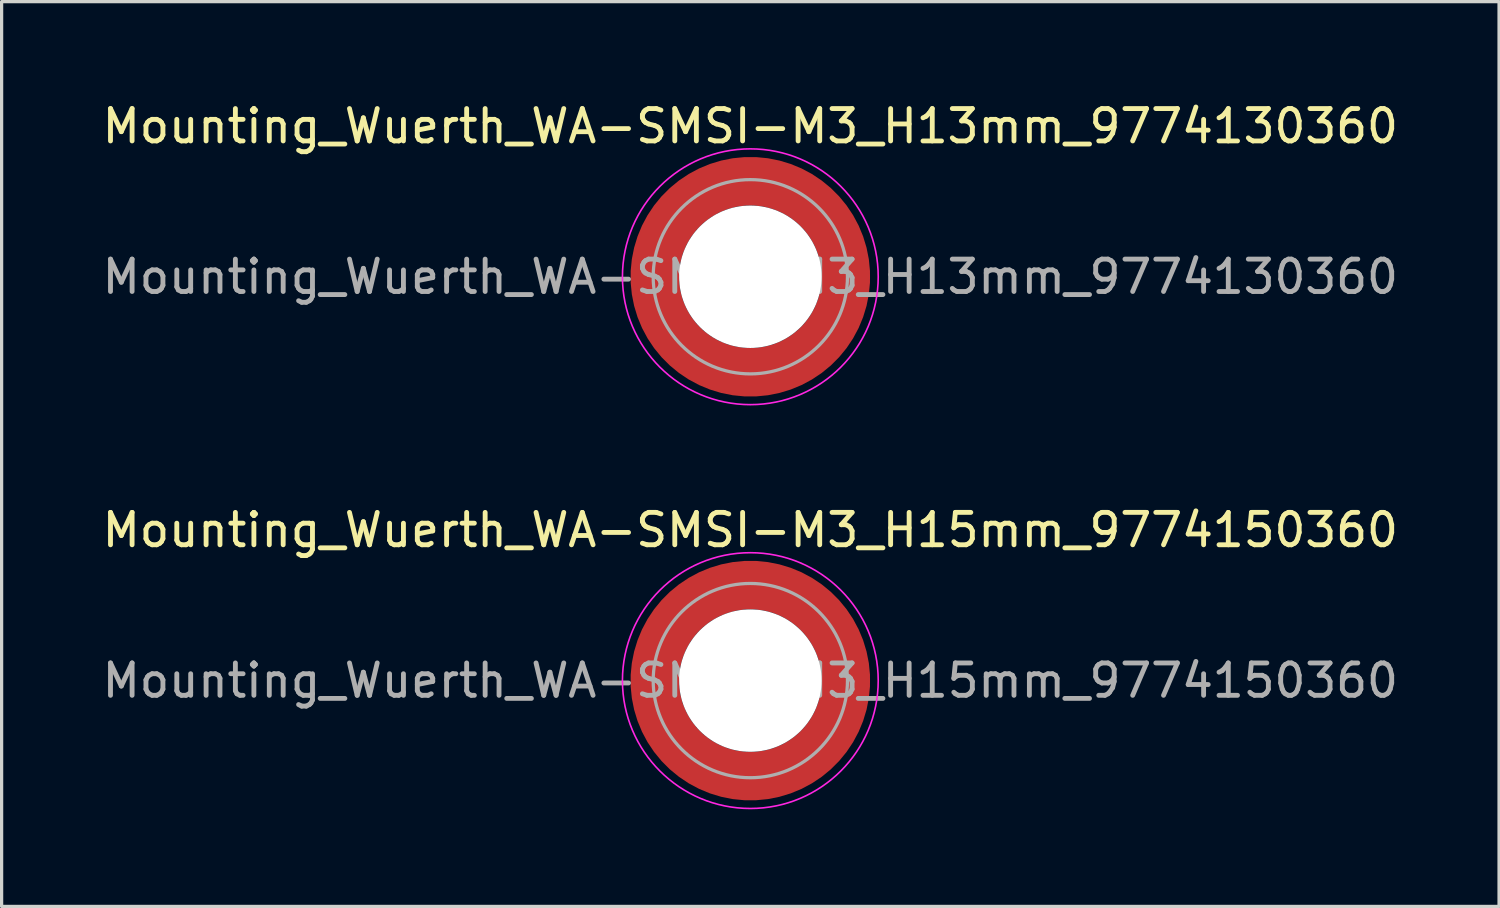
<source format=kicad_pcb>
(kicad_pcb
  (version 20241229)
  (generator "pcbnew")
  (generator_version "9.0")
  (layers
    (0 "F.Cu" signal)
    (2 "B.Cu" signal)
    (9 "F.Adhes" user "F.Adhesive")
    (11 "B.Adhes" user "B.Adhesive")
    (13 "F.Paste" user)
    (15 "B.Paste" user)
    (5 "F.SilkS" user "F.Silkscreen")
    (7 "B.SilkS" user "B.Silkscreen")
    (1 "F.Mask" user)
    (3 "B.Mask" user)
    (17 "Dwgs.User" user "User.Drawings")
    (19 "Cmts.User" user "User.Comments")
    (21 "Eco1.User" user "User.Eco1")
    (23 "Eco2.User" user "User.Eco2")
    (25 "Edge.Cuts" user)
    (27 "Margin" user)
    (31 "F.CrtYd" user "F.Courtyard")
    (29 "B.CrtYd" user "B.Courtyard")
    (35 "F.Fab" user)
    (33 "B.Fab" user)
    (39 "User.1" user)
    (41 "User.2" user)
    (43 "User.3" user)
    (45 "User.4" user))
  (footprint "Mounting_Wuerth_WA-SMSI-M3_H13mm_9774130360"
    (layer "F.Cu")
    (at 20.125 5.498)
    (property "Reference" "Mounting_Wuerth_WA-SMSI-M3_H13mm_9774130360" (at 0 -4.65 0) (layer "F.SilkS") (effects (font (size 1 1) (thickness 0.15))))
    (attr smd allow_soldermask_bridges)
    (fp_circle (center 0 0) (end 3.95 0) (stroke (width 0.05) (type solid)) (fill no) (layer "F.CrtYd"))
    (fp_circle (center 0 0) (end 3 0) (stroke (width 0.1) (type solid)) (fill no) (layer "F.Fab"))
    (fp_text user "${REFERENCE}" (at 0 0 0) (layer "F.Fab") (effects (font (size 1 1) (thickness 0.15))))
    (pad "" smd custom (at -2.058 -2.058) (size 0.55 0.55) (layers "F.Paste") (options (anchor circle)) (primitives (gr_arc (start -0.377294 1.707681) (mid 0.318198 0.318198) (end 1.707681 -0.377294) (width 0.2)) (gr_arc (start -0.478281 1.707681) (mid 0.247487 0.247487) (end 1.707681 -0.478281) (width 0.2)) (gr_arc (start -0.579192 1.707681) (mid 0.176777 0.176777) (end 1.707681 -0.579192) (width 0.2)) (gr_arc (start -0.680037 1.707681) (mid 0.106066 0.106066) (end 1.707681 -0.680037) (width 0.2)) (gr_arc (start -0.780822 1.707681) (mid 0.035355 0.035355) (end 1.707681 -0.780822) (width 0.2)) (gr_arc (start -0.881554 1.707681) (mid -0.035355 -0.035355) (end 1.707681 -0.881554) (width 0.2)) (gr_arc (start -0.982237 1.707681) (mid -0.106066 -0.106066) (end 1.707681 -0.982237) (width 0.2)) (gr_arc (start -1.082877 1.707681) (mid -0.176777 -0.176777) (end 1.707681 -1.082877) (width 0.2)) (gr_arc (start -1.183476 1.707681) (mid -0.247487 -0.247487) (end 1.707681 -1.183476) (width 0.2)) (gr_arc (start -1.28404 1.707681) (mid -0.318198 -0.318198) (end 1.707681 -1.28404) (width 0.2)) (gr_line (start 1.708 -0.377) (end 1.708 -1.284) (width 0.2)) (gr_line (start -0.377 1.708) (end -1.284 1.708) (width 0.2))))
    (pad "" smd custom (at -2.058 2.058) (size 0.55 0.55) (layers "F.Paste") (options (anchor circle)) (primitives (gr_arc (start 1.707681 0.377294) (mid 0.318198 -0.318198) (end -0.377294 -1.707681) (width 0.2)) (gr_arc (start 1.707681 0.478281) (mid 0.247487 -0.247487) (end -0.478281 -1.707681) (width 0.2)) (gr_arc (start 1.707681 0.579192) (mid 0.176777 -0.176777) (end -0.579192 -1.707681) (width 0.2)) (gr_arc (start 1.707681 0.680037) (mid 0.106066 -0.106066) (end -0.680037 -1.707681) (width 0.2)) (gr_arc (start 1.707681 0.780822) (mid 0.035355 -0.035355) (end -0.780822 -1.707681) (width 0.2)) (gr_arc (start 1.707681 0.881554) (mid -0.035355 0.035355) (end -0.881554 -1.707681) (width 0.2)) (gr_arc (start 1.707681 0.982237) (mid -0.106066 0.106066) (end -0.982237 -1.707681) (width 0.2)) (gr_arc (start 1.707681 1.082877) (mid -0.176777 0.176777) (end -1.082877 -1.707681) (width 0.2)) (gr_arc (start 1.707681 1.183476) (mid -0.247487 0.247487) (end -1.183476 -1.707681) (width 0.2)) (gr_arc (start 1.707681 1.28404) (mid -0.318198 0.318198) (end -1.28404 -1.707681) (width 0.2)) (gr_line (start -0.377 -1.708) (end -1.284 -1.708) (width 0.2)) (gr_line (start 1.708 0.377) (end 1.708 1.284) (width 0.2))))
    (pad "" np_thru_hole circle (at 0 0) (size 4.4 4.4) (drill 4.4) (layers "*.Cu" "*.Mask"))
    (pad "" smd custom (at 2.058 -2.058) (size 0.55 0.55) (layers "F.Paste") (options (anchor circle)) (primitives (gr_arc (start -1.707681 -0.377294) (mid -0.318198 0.318198) (end 0.377294 1.707681) (width 0.2)) (gr_arc (start -1.707681 -0.478281) (mid -0.247487 0.247487) (end 0.478281 1.707681) (width 0.2)) (gr_arc (start -1.707681 -0.579192) (mid -0.176777 0.176777) (end 0.579192 1.707681) (width 0.2)) (gr_arc (start -1.707681 -0.680037) (mid -0.106066 0.106066) (end 0.680037 1.707681) (width 0.2)) (gr_arc (start -1.707681 -0.780822) (mid -0.035355 0.035355) (end 0.780822 1.707681) (width 0.2)) (gr_arc (start -1.707681 -0.881554) (mid 0.035355 -0.035355) (end 0.881554 1.707681) (width 0.2)) (gr_arc (start -1.707681 -0.982237) (mid 0.106066 -0.106066) (end 0.982237 1.707681) (width 0.2)) (gr_arc (start -1.707681 -1.082877) (mid 0.176777 -0.176777) (end 1.082877 1.707681) (width 0.2)) (gr_arc (start -1.707681 -1.183476) (mid 0.247487 -0.247487) (end 1.183476 1.707681) (width 0.2)) (gr_arc (start -1.707681 -1.28404) (mid 0.318198 -0.318198) (end 1.28404 1.707681) (width 0.2)) (gr_line (start 0.377 1.708) (end 1.284 1.708) (width 0.2)) (gr_line (start -1.708 -0.377) (end -1.708 -1.284) (width 0.2))))
    (pad "" smd custom (at 2.058 2.058) (size 0.55 0.55) (layers "F.Paste") (options (anchor circle)) (primitives (gr_arc (start 0.377294 -1.707681) (mid -0.318198 -0.318198) (end -1.707681 0.377294) (width 0.2)) (gr_arc (start 0.478281 -1.707681) (mid -0.247487 -0.247487) (end -1.707681 0.478281) (width 0.2)) (gr_arc (start 0.579192 -1.707681) (mid -0.176777 -0.176777) (end -1.707681 0.579192) (width 0.2)) (gr_arc (start 0.680037 -1.707681) (mid -0.106066 -0.106066) (end -1.707681 0.680037) (width 0.2)) (gr_arc (start 0.780822 -1.707681) (mid -0.035355 -0.035355) (end -1.707681 0.780822) (width 0.2)) (gr_arc (start 0.881554 -1.707681) (mid 0.035355 0.035355) (end -1.707681 0.881554) (width 0.2)) (gr_arc (start 0.982237 -1.707681) (mid 0.106066 0.106066) (end -1.707681 0.982237) (width 0.2)) (gr_arc (start 1.082877 -1.707681) (mid 0.176777 0.176777) (end -1.707681 1.082877) (width 0.2)) (gr_arc (start 1.183476 -1.707681) (mid 0.247487 0.247487) (end -1.707681 1.183476) (width 0.2)) (gr_arc (start 1.28404 -1.707681) (mid 0.318198 0.318198) (end -1.707681 1.28404) (width 0.2)) (gr_line (start -1.708 0.377) (end -1.708 1.284) (width 0.2)) (gr_line (start 0.377 -1.708) (end 1.284 -1.708) (width 0.2))))
    (pad "1" smd circle (at -2.95 0) (size 0.992 0.992) (layers "F.Cu"))
    (pad "1" smd circle (at 0 -2.95) (size 0.992 0.992) (layers "F.Cu"))
    (pad "1" smd circle (at 0 2.95) (size 0.992 0.992) (layers "F.Cu"))
    (pad "1" smd custom (at 2.95 0) (size 1.5 1.5) (layers "F.Cu" "F.Mask") (options (anchor circle)) (primitives (gr_circle (center -2.95 0) (end 0 0) (width 1.5) (fill no)))))
  (footprint "Mounting_Wuerth_WA-SMSI-M3_H15mm_9774150360"
    (layer "F.Cu")
    (at 20.125 17.971)
    (property "Reference" "Mounting_Wuerth_WA-SMSI-M3_H15mm_9774150360" (at 0 -4.65 0) (layer "F.SilkS") (effects (font (size 1 1) (thickness 0.15))))
    (attr smd allow_soldermask_bridges)
    (fp_circle (center 0 0) (end 3.95 0) (stroke (width 0.05) (type solid)) (fill no) (layer "F.CrtYd"))
    (fp_circle (center 0 0) (end 3 0) (stroke (width 0.1) (type solid)) (fill no) (layer "F.Fab"))
    (fp_text user "${REFERENCE}" (at 0 0 0) (layer "F.Fab") (effects (font (size 1 1) (thickness 0.15))))
    (pad "" smd custom (at -2.058 -2.058) (size 0.55 0.55) (layers "F.Paste") (options (anchor circle)) (primitives (gr_arc (start -0.377294 1.707681) (mid 0.318198 0.318198) (end 1.707681 -0.377294) (width 0.2)) (gr_arc (start -0.478281 1.707681) (mid 0.247487 0.247487) (end 1.707681 -0.478281) (width 0.2)) (gr_arc (start -0.579192 1.707681) (mid 0.176777 0.176777) (end 1.707681 -0.579192) (width 0.2)) (gr_arc (start -0.680037 1.707681) (mid 0.106066 0.106066) (end 1.707681 -0.680037) (width 0.2)) (gr_arc (start -0.780822 1.707681) (mid 0.035355 0.035355) (end 1.707681 -0.780822) (width 0.2)) (gr_arc (start -0.881554 1.707681) (mid -0.035355 -0.035355) (end 1.707681 -0.881554) (width 0.2)) (gr_arc (start -0.982237 1.707681) (mid -0.106066 -0.106066) (end 1.707681 -0.982237) (width 0.2)) (gr_arc (start -1.082877 1.707681) (mid -0.176777 -0.176777) (end 1.707681 -1.082877) (width 0.2)) (gr_arc (start -1.183476 1.707681) (mid -0.247487 -0.247487) (end 1.707681 -1.183476) (width 0.2)) (gr_arc (start -1.28404 1.707681) (mid -0.318198 -0.318198) (end 1.707681 -1.28404) (width 0.2)) (gr_line (start 1.708 -0.377) (end 1.708 -1.284) (width 0.2)) (gr_line (start -0.377 1.708) (end -1.284 1.708) (width 0.2))))
    (pad "" smd custom (at -2.058 2.058) (size 0.55 0.55) (layers "F.Paste") (options (anchor circle)) (primitives (gr_arc (start 1.707681 0.377294) (mid 0.318198 -0.318198) (end -0.377294 -1.707681) (width 0.2)) (gr_arc (start 1.707681 0.478281) (mid 0.247487 -0.247487) (end -0.478281 -1.707681) (width 0.2)) (gr_arc (start 1.707681 0.579192) (mid 0.176777 -0.176777) (end -0.579192 -1.707681) (width 0.2)) (gr_arc (start 1.707681 0.680037) (mid 0.106066 -0.106066) (end -0.680037 -1.707681) (width 0.2)) (gr_arc (start 1.707681 0.780822) (mid 0.035355 -0.035355) (end -0.780822 -1.707681) (width 0.2)) (gr_arc (start 1.707681 0.881554) (mid -0.035355 0.035355) (end -0.881554 -1.707681) (width 0.2)) (gr_arc (start 1.707681 0.982237) (mid -0.106066 0.106066) (end -0.982237 -1.707681) (width 0.2)) (gr_arc (start 1.707681 1.082877) (mid -0.176777 0.176777) (end -1.082877 -1.707681) (width 0.2)) (gr_arc (start 1.707681 1.183476) (mid -0.247487 0.247487) (end -1.183476 -1.707681) (width 0.2)) (gr_arc (start 1.707681 1.28404) (mid -0.318198 0.318198) (end -1.28404 -1.707681) (width 0.2)) (gr_line (start -0.377 -1.708) (end -1.284 -1.708) (width 0.2)) (gr_line (start 1.708 0.377) (end 1.708 1.284) (width 0.2))))
    (pad "" np_thru_hole circle (at 0 0) (size 4.4 4.4) (drill 4.4) (layers "*.Cu" "*.Mask"))
    (pad "" smd custom (at 2.058 -2.058) (size 0.55 0.55) (layers "F.Paste") (options (anchor circle)) (primitives (gr_arc (start -1.707681 -0.377294) (mid -0.318198 0.318198) (end 0.377294 1.707681) (width 0.2)) (gr_arc (start -1.707681 -0.478281) (mid -0.247487 0.247487) (end 0.478281 1.707681) (width 0.2)) (gr_arc (start -1.707681 -0.579192) (mid -0.176777 0.176777) (end 0.579192 1.707681) (width 0.2)) (gr_arc (start -1.707681 -0.680037) (mid -0.106066 0.106066) (end 0.680037 1.707681) (width 0.2)) (gr_arc (start -1.707681 -0.780822) (mid -0.035355 0.035355) (end 0.780822 1.707681) (width 0.2)) (gr_arc (start -1.707681 -0.881554) (mid 0.035355 -0.035355) (end 0.881554 1.707681) (width 0.2)) (gr_arc (start -1.707681 -0.982237) (mid 0.106066 -0.106066) (end 0.982237 1.707681) (width 0.2)) (gr_arc (start -1.707681 -1.082877) (mid 0.176777 -0.176777) (end 1.082877 1.707681) (width 0.2)) (gr_arc (start -1.707681 -1.183476) (mid 0.247487 -0.247487) (end 1.183476 1.707681) (width 0.2)) (gr_arc (start -1.707681 -1.28404) (mid 0.318198 -0.318198) (end 1.28404 1.707681) (width 0.2)) (gr_line (start 0.377 1.708) (end 1.284 1.708) (width 0.2)) (gr_line (start -1.708 -0.377) (end -1.708 -1.284) (width 0.2))))
    (pad "" smd custom (at 2.058 2.058) (size 0.55 0.55) (layers "F.Paste") (options (anchor circle)) (primitives (gr_arc (start 0.377294 -1.707681) (mid -0.318198 -0.318198) (end -1.707681 0.377294) (width 0.2)) (gr_arc (start 0.478281 -1.707681) (mid -0.247487 -0.247487) (end -1.707681 0.478281) (width 0.2)) (gr_arc (start 0.579192 -1.707681) (mid -0.176777 -0.176777) (end -1.707681 0.579192) (width 0.2)) (gr_arc (start 0.680037 -1.707681) (mid -0.106066 -0.106066) (end -1.707681 0.680037) (width 0.2)) (gr_arc (start 0.780822 -1.707681) (mid -0.035355 -0.035355) (end -1.707681 0.780822) (width 0.2)) (gr_arc (start 0.881554 -1.707681) (mid 0.035355 0.035355) (end -1.707681 0.881554) (width 0.2)) (gr_arc (start 0.982237 -1.707681) (mid 0.106066 0.106066) (end -1.707681 0.982237) (width 0.2)) (gr_arc (start 1.082877 -1.707681) (mid 0.176777 0.176777) (end -1.707681 1.082877) (width 0.2)) (gr_arc (start 1.183476 -1.707681) (mid 0.247487 0.247487) (end -1.707681 1.183476) (width 0.2)) (gr_arc (start 1.28404 -1.707681) (mid 0.318198 0.318198) (end -1.707681 1.28404) (width 0.2)) (gr_line (start -1.708 0.377) (end -1.708 1.284) (width 0.2)) (gr_line (start 0.377 -1.708) (end 1.284 -1.708) (width 0.2))))
    (pad "1" smd circle (at -2.95 0) (size 0.992 0.992) (layers "F.Cu"))
    (pad "1" smd circle (at 0 -2.95) (size 0.992 0.992) (layers "F.Cu"))
    (pad "1" smd circle (at 0 2.95) (size 0.992 0.992) (layers "F.Cu"))
    (pad "1" smd custom (at 2.95 0) (size 1.5 1.5) (layers "F.Cu" "F.Mask") (options (anchor circle)) (primitives (gr_circle (center -2.95 0) (end 0 0) (width 1.5) (fill no)))))
  (gr_rect
    (start -3 -3)
    (end 43.25 24.947)
    (stroke (width 0.1) (type default))
    (fill no)
    (layer "Edge.Cuts")))
</source>
